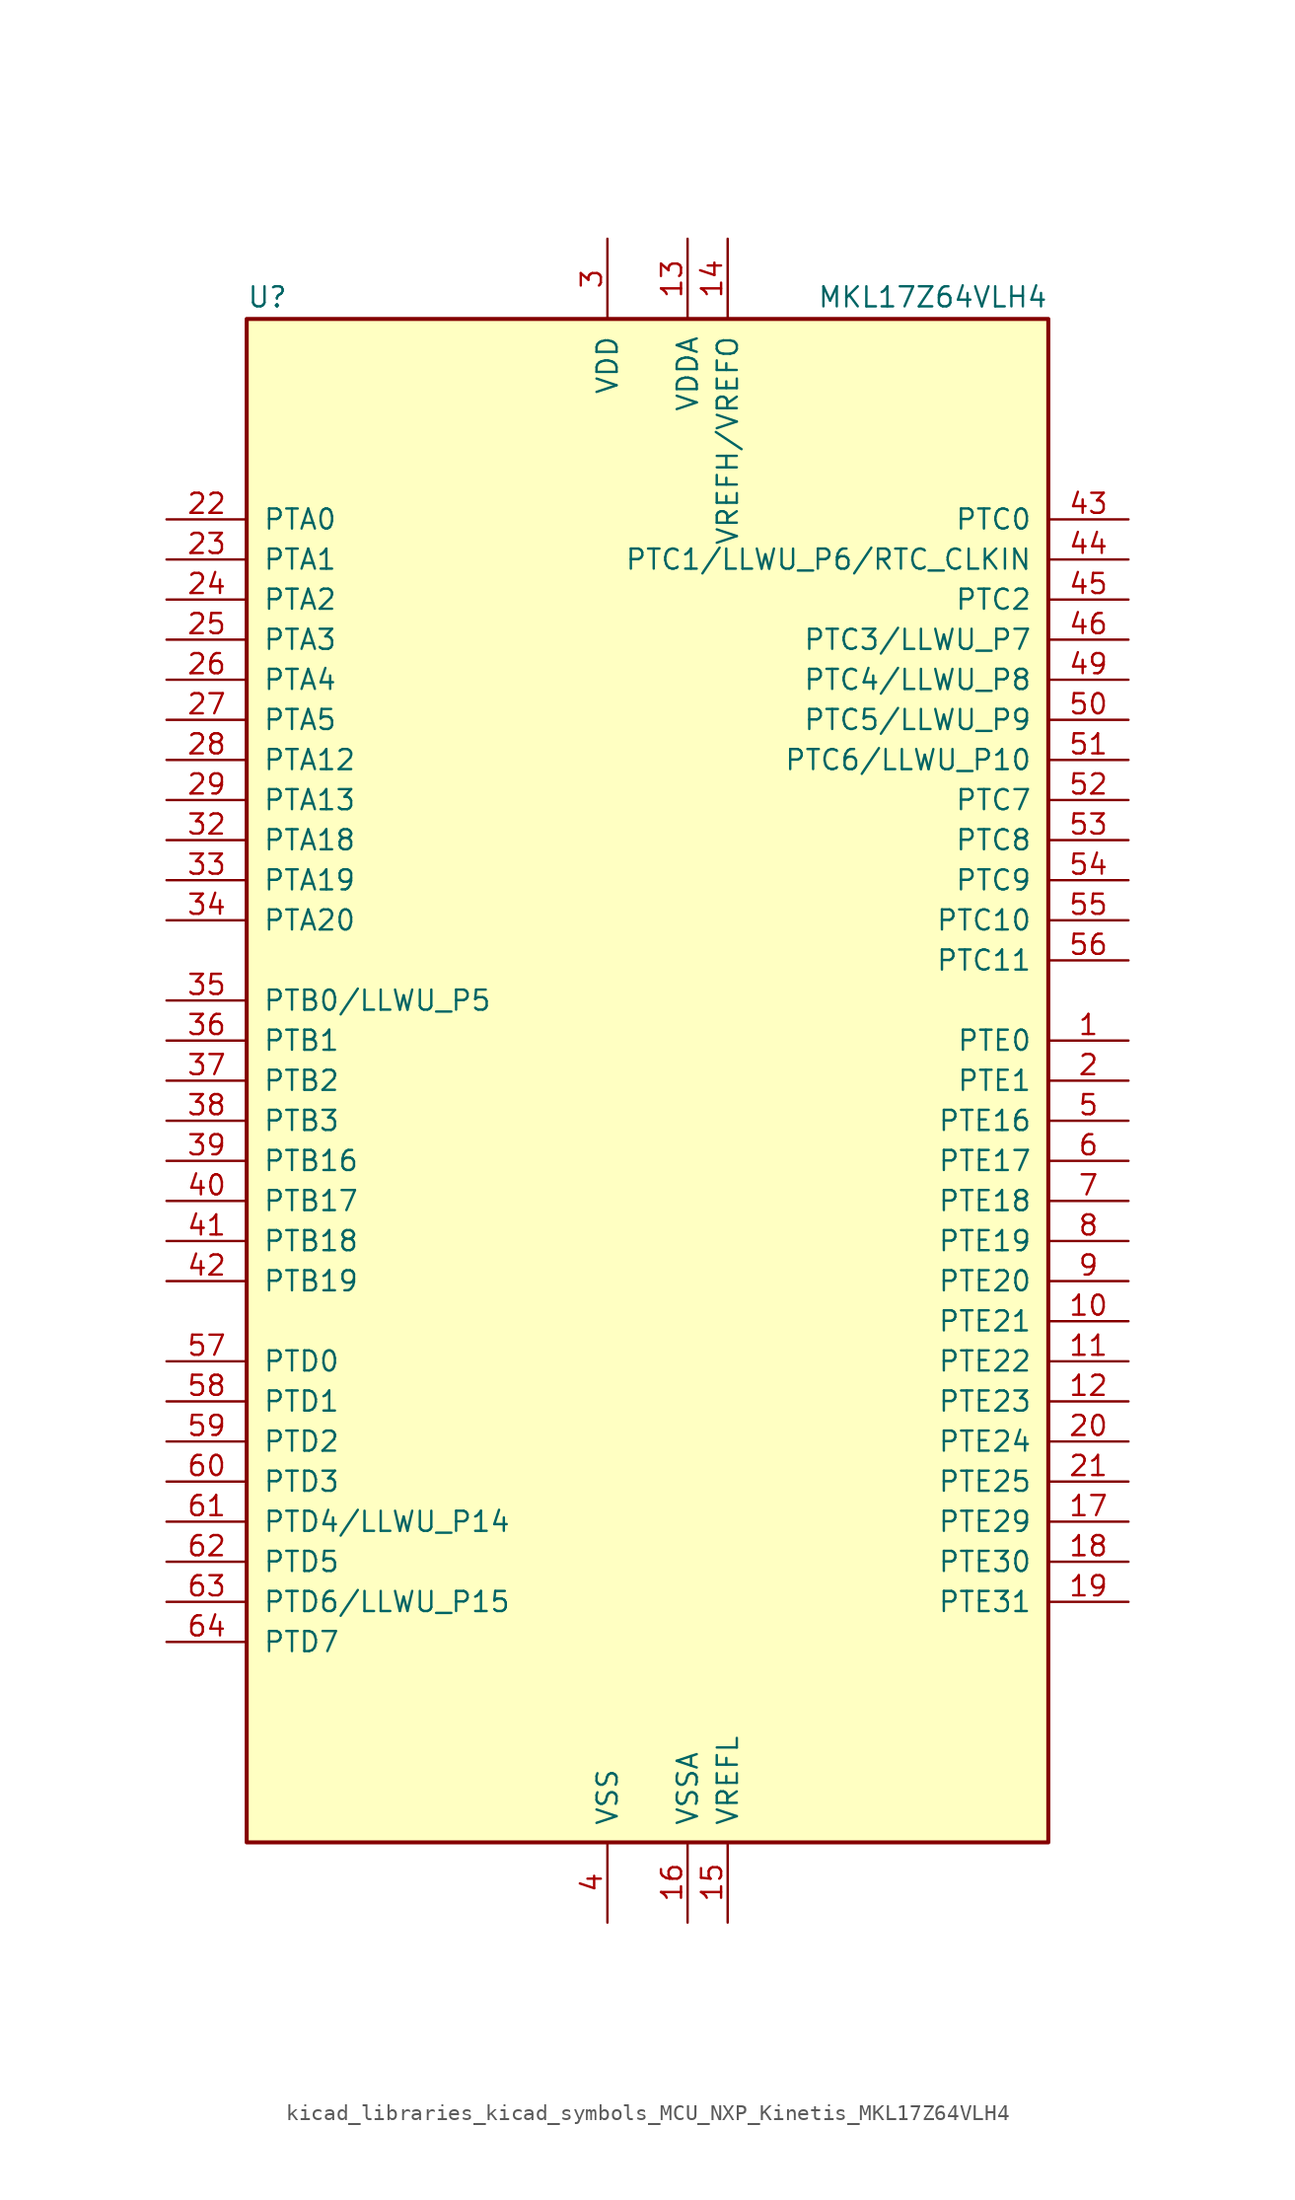
<source format=kicad_sym>
(kicad_symbol_lib
  (version 20220914)
  (generator kicad_symbol_editor)
  (symbol "kicad_libraries_kicad_symbols_MCU_NXP_Kinetis_MKL17Z64VLH4"
    (pin_names
      (offset 1.016))
    (property "Reference" "U"
      (at -25.4 48.895 0)
      (effects (font (size 1.27 1.27)) (justify left bottom)))
    (property "Value" "MKL17Z64VLH4"
      (at 25.4 48.895 0)
      (effects (font (size 1.27 1.27)) (justify right bottom)))
    (symbol "kicad_libraries_kicad_symbols_MCU_NXP_Kinetis_MKL17Z64VLH4_0_1"
      (rectangle (start -25.4 48.26) (end 25.4 -48.26) (stroke (width 0.254) (type default)) (fill (type background))))
    (symbol "kicad_libraries_kicad_symbols_MCU_NXP_Kinetis_MKL17Z64VLH4_1_1"
      (pin bidirectional line (at 30.48 2.54 180) (length 5.08) (name "PTE0" (effects (font (size 1.27 1.27)))) (number "1" (effects (font (size 1.27 1.27)))))
      (pin bidirectional line (at 30.48 -15.24 180) (length 5.08) (name "PTE21" (effects (font (size 1.27 1.27)))) (number "10" (effects (font (size 1.27 1.27)))))
      (pin bidirectional line (at 30.48 -17.78 180) (length 5.08) (name "PTE22" (effects (font (size 1.27 1.27)))) (number "11" (effects (font (size 1.27 1.27)))))
      (pin bidirectional line (at 30.48 -20.32 180) (length 5.08) (name "PTE23" (effects (font (size 1.27 1.27)))) (number "12" (effects (font (size 1.27 1.27)))))
      (pin power_in line (at 2.54 53.34 270) (length 5.08) (name "VDDA" (effects (font (size 1.27 1.27)))) (number "13" (effects (font (size 1.27 1.27)))))
      (pin power_in line (at 5.08 53.34 270) (length 5.08) (name "VREFH/VREFO" (effects (font (size 1.27 1.27)))) (number "14" (effects (font (size 1.27 1.27)))))
      (pin power_in line (at 5.08 -53.34 90) (length 5.08) (name "VREFL" (effects (font (size 1.27 1.27)))) (number "15" (effects (font (size 1.27 1.27)))))
      (pin power_in line (at 2.54 -53.34 90) (length 5.08) (name "VSSA" (effects (font (size 1.27 1.27)))) (number "16" (effects (font (size 1.27 1.27)))))
      (pin bidirectional line (at 30.48 -27.94 180) (length 5.08) (name "PTE29" (effects (font (size 1.27 1.27)))) (number "17" (effects (font (size 1.27 1.27)))))
      (pin bidirectional line (at 30.48 -30.48 180) (length 5.08) (name "PTE30" (effects (font (size 1.27 1.27)))) (number "18" (effects (font (size 1.27 1.27)))))
      (pin bidirectional line (at 30.48 -33.02 180) (length 5.08) (name "PTE31" (effects (font (size 1.27 1.27)))) (number "19" (effects (font (size 1.27 1.27)))))
      (pin bidirectional line (at 30.48 0 180) (length 5.08) (name "PTE1" (effects (font (size 1.27 1.27)))) (number "2" (effects (font (size 1.27 1.27)))))
      (pin bidirectional line (at 30.48 -22.86 180) (length 5.08) (name "PTE24" (effects (font (size 1.27 1.27)))) (number "20" (effects (font (size 1.27 1.27)))))
      (pin bidirectional line (at 30.48 -25.4 180) (length 5.08) (name "PTE25" (effects (font (size 1.27 1.27)))) (number "21" (effects (font (size 1.27 1.27)))))
      (pin bidirectional line (at -30.48 35.56 0) (length 5.08) (name "PTA0" (effects (font (size 1.27 1.27)))) (number "22" (effects (font (size 1.27 1.27)))))
      (pin bidirectional line (at -30.48 33.02 0) (length 5.08) (name "PTA1" (effects (font (size 1.27 1.27)))) (number "23" (effects (font (size 1.27 1.27)))))
      (pin bidirectional line (at -30.48 30.48 0) (length 5.08) (name "PTA2" (effects (font (size 1.27 1.27)))) (number "24" (effects (font (size 1.27 1.27)))))
      (pin bidirectional line (at -30.48 27.94 0) (length 5.08) (name "PTA3" (effects (font (size 1.27 1.27)))) (number "25" (effects (font (size 1.27 1.27)))))
      (pin bidirectional line (at -30.48 25.4 0) (length 5.08) (name "PTA4" (effects (font (size 1.27 1.27)))) (number "26" (effects (font (size 1.27 1.27)))))
      (pin bidirectional line (at -30.48 22.86 0) (length 5.08) (name "PTA5" (effects (font (size 1.27 1.27)))) (number "27" (effects (font (size 1.27 1.27)))))
      (pin bidirectional line (at -30.48 20.32 0) (length 5.08) (name "PTA12" (effects (font (size 1.27 1.27)))) (number "28" (effects (font (size 1.27 1.27)))))
      (pin bidirectional line (at -30.48 17.78 0) (length 5.08) (name "PTA13" (effects (font (size 1.27 1.27)))) (number "29" (effects (font (size 1.27 1.27)))))
      (pin power_in line (at -2.54 53.34 270) (length 5.08) (name "VDD" (effects (font (size 1.27 1.27)))) (number "3" (effects (font (size 1.27 1.27)))))
      (pin passive line (at -2.54 53.34 270) (length 5.08) hide (name "VDD" (effects (font (size 1.27 1.27)))) (number "30" (effects (font (size 1.27 1.27)))))
      (pin passive line (at -2.54 -53.34 90) (length 5.08) hide (name "VSS" (effects (font (size 1.27 1.27)))) (number "31" (effects (font (size 1.27 1.27)))))
      (pin bidirectional line (at -30.48 15.24 0) (length 5.08) (name "PTA18" (effects (font (size 1.27 1.27)))) (number "32" (effects (font (size 1.27 1.27)))))
      (pin bidirectional line (at -30.48 12.7 0) (length 5.08) (name "PTA19" (effects (font (size 1.27 1.27)))) (number "33" (effects (font (size 1.27 1.27)))))
      (pin bidirectional line (at -30.48 10.16 0) (length 5.08) (name "PTA20" (effects (font (size 1.27 1.27)))) (number "34" (effects (font (size 1.27 1.27)))))
      (pin bidirectional line (at -30.48 5.08 0) (length 5.08) (name "PTB0/LLWU_P5" (effects (font (size 1.27 1.27)))) (number "35" (effects (font (size 1.27 1.27)))))
      (pin bidirectional line (at -30.48 2.54 0) (length 5.08) (name "PTB1" (effects (font (size 1.27 1.27)))) (number "36" (effects (font (size 1.27 1.27)))))
      (pin bidirectional line (at -30.48 0 0) (length 5.08) (name "PTB2" (effects (font (size 1.27 1.27)))) (number "37" (effects (font (size 1.27 1.27)))))
      (pin bidirectional line (at -30.48 -2.54 0) (length 5.08) (name "PTB3" (effects (font (size 1.27 1.27)))) (number "38" (effects (font (size 1.27 1.27)))))
      (pin bidirectional line (at -30.48 -5.08 0) (length 5.08) (name "PTB16" (effects (font (size 1.27 1.27)))) (number "39" (effects (font (size 1.27 1.27)))))
      (pin power_in line (at -2.54 -53.34 90) (length 5.08) (name "VSS" (effects (font (size 1.27 1.27)))) (number "4" (effects (font (size 1.27 1.27)))))
      (pin bidirectional line (at -30.48 -7.62 0) (length 5.08) (name "PTB17" (effects (font (size 1.27 1.27)))) (number "40" (effects (font (size 1.27 1.27)))))
      (pin bidirectional line (at -30.48 -10.16 0) (length 5.08) (name "PTB18" (effects (font (size 1.27 1.27)))) (number "41" (effects (font (size 1.27 1.27)))))
      (pin bidirectional line (at -30.48 -12.7 0) (length 5.08) (name "PTB19" (effects (font (size 1.27 1.27)))) (number "42" (effects (font (size 1.27 1.27)))))
      (pin bidirectional line (at 30.48 35.56 180) (length 5.08) (name "PTC0" (effects (font (size 1.27 1.27)))) (number "43" (effects (font (size 1.27 1.27)))))
      (pin bidirectional line (at 30.48 33.02 180) (length 5.08) (name "PTC1/LLWU_P6/RTC_CLKIN" (effects (font (size 1.27 1.27)))) (number "44" (effects (font (size 1.27 1.27)))))
      (pin bidirectional line (at 30.48 30.48 180) (length 5.08) (name "PTC2" (effects (font (size 1.27 1.27)))) (number "45" (effects (font (size 1.27 1.27)))))
      (pin bidirectional line (at 30.48 27.94 180) (length 5.08) (name "PTC3/LLWU_P7" (effects (font (size 1.27 1.27)))) (number "46" (effects (font (size 1.27 1.27)))))
      (pin passive line (at -2.54 -53.34 90) (length 5.08) hide (name "VSS" (effects (font (size 1.27 1.27)))) (number "47" (effects (font (size 1.27 1.27)))))
      (pin passive line (at -2.54 53.34 270) (length 5.08) hide (name "VDD" (effects (font (size 1.27 1.27)))) (number "48" (effects (font (size 1.27 1.27)))))
      (pin bidirectional line (at 30.48 25.4 180) (length 5.08) (name "PTC4/LLWU_P8" (effects (font (size 1.27 1.27)))) (number "49" (effects (font (size 1.27 1.27)))))
      (pin bidirectional line (at 30.48 -2.54 180) (length 5.08) (name "PTE16" (effects (font (size 1.27 1.27)))) (number "5" (effects (font (size 1.27 1.27)))))
      (pin bidirectional line (at 30.48 22.86 180) (length 5.08) (name "PTC5/LLWU_P9" (effects (font (size 1.27 1.27)))) (number "50" (effects (font (size 1.27 1.27)))))
      (pin bidirectional line (at 30.48 20.32 180) (length 5.08) (name "PTC6/LLWU_P10" (effects (font (size 1.27 1.27)))) (number "51" (effects (font (size 1.27 1.27)))))
      (pin bidirectional line (at 30.48 17.78 180) (length 5.08) (name "PTC7" (effects (font (size 1.27 1.27)))) (number "52" (effects (font (size 1.27 1.27)))))
      (pin bidirectional line (at 30.48 15.24 180) (length 5.08) (name "PTC8" (effects (font (size 1.27 1.27)))) (number "53" (effects (font (size 1.27 1.27)))))
      (pin bidirectional line (at 30.48 12.7 180) (length 5.08) (name "PTC9" (effects (font (size 1.27 1.27)))) (number "54" (effects (font (size 1.27 1.27)))))
      (pin bidirectional line (at 30.48 10.16 180) (length 5.08) (name "PTC10" (effects (font (size 1.27 1.27)))) (number "55" (effects (font (size 1.27 1.27)))))
      (pin bidirectional line (at 30.48 7.62 180) (length 5.08) (name "PTC11" (effects (font (size 1.27 1.27)))) (number "56" (effects (font (size 1.27 1.27)))))
      (pin bidirectional line (at -30.48 -17.78 0) (length 5.08) (name "PTD0" (effects (font (size 1.27 1.27)))) (number "57" (effects (font (size 1.27 1.27)))))
      (pin bidirectional line (at -30.48 -20.32 0) (length 5.08) (name "PTD1" (effects (font (size 1.27 1.27)))) (number "58" (effects (font (size 1.27 1.27)))))
      (pin bidirectional line (at -30.48 -22.86 0) (length 5.08) (name "PTD2" (effects (font (size 1.27 1.27)))) (number "59" (effects (font (size 1.27 1.27)))))
      (pin bidirectional line (at 30.48 -5.08 180) (length 5.08) (name "PTE17" (effects (font (size 1.27 1.27)))) (number "6" (effects (font (size 1.27 1.27)))))
      (pin bidirectional line (at -30.48 -25.4 0) (length 5.08) (name "PTD3" (effects (font (size 1.27 1.27)))) (number "60" (effects (font (size 1.27 1.27)))))
      (pin bidirectional line (at -30.48 -27.94 0) (length 5.08) (name "PTD4/LLWU_P14" (effects (font (size 1.27 1.27)))) (number "61" (effects (font (size 1.27 1.27)))))
      (pin bidirectional line (at -30.48 -30.48 0) (length 5.08) (name "PTD5" (effects (font (size 1.27 1.27)))) (number "62" (effects (font (size 1.27 1.27)))))
      (pin bidirectional line (at -30.48 -33.02 0) (length 5.08) (name "PTD6/LLWU_P15" (effects (font (size 1.27 1.27)))) (number "63" (effects (font (size 1.27 1.27)))))
      (pin bidirectional line (at -30.48 -35.56 0) (length 5.08) (name "PTD7" (effects (font (size 1.27 1.27)))) (number "64" (effects (font (size 1.27 1.27)))))
      (pin bidirectional line (at 30.48 -7.62 180) (length 5.08) (name "PTE18" (effects (font (size 1.27 1.27)))) (number "7" (effects (font (size 1.27 1.27)))))
      (pin bidirectional line (at 30.48 -10.16 180) (length 5.08) (name "PTE19" (effects (font (size 1.27 1.27)))) (number "8" (effects (font (size 1.27 1.27)))))
      (pin bidirectional line (at 30.48 -12.7 180) (length 5.08) (name "PTE20" (effects (font (size 1.27 1.27)))) (number "9" (effects (font (size 1.27 1.27))))))))
</source>
